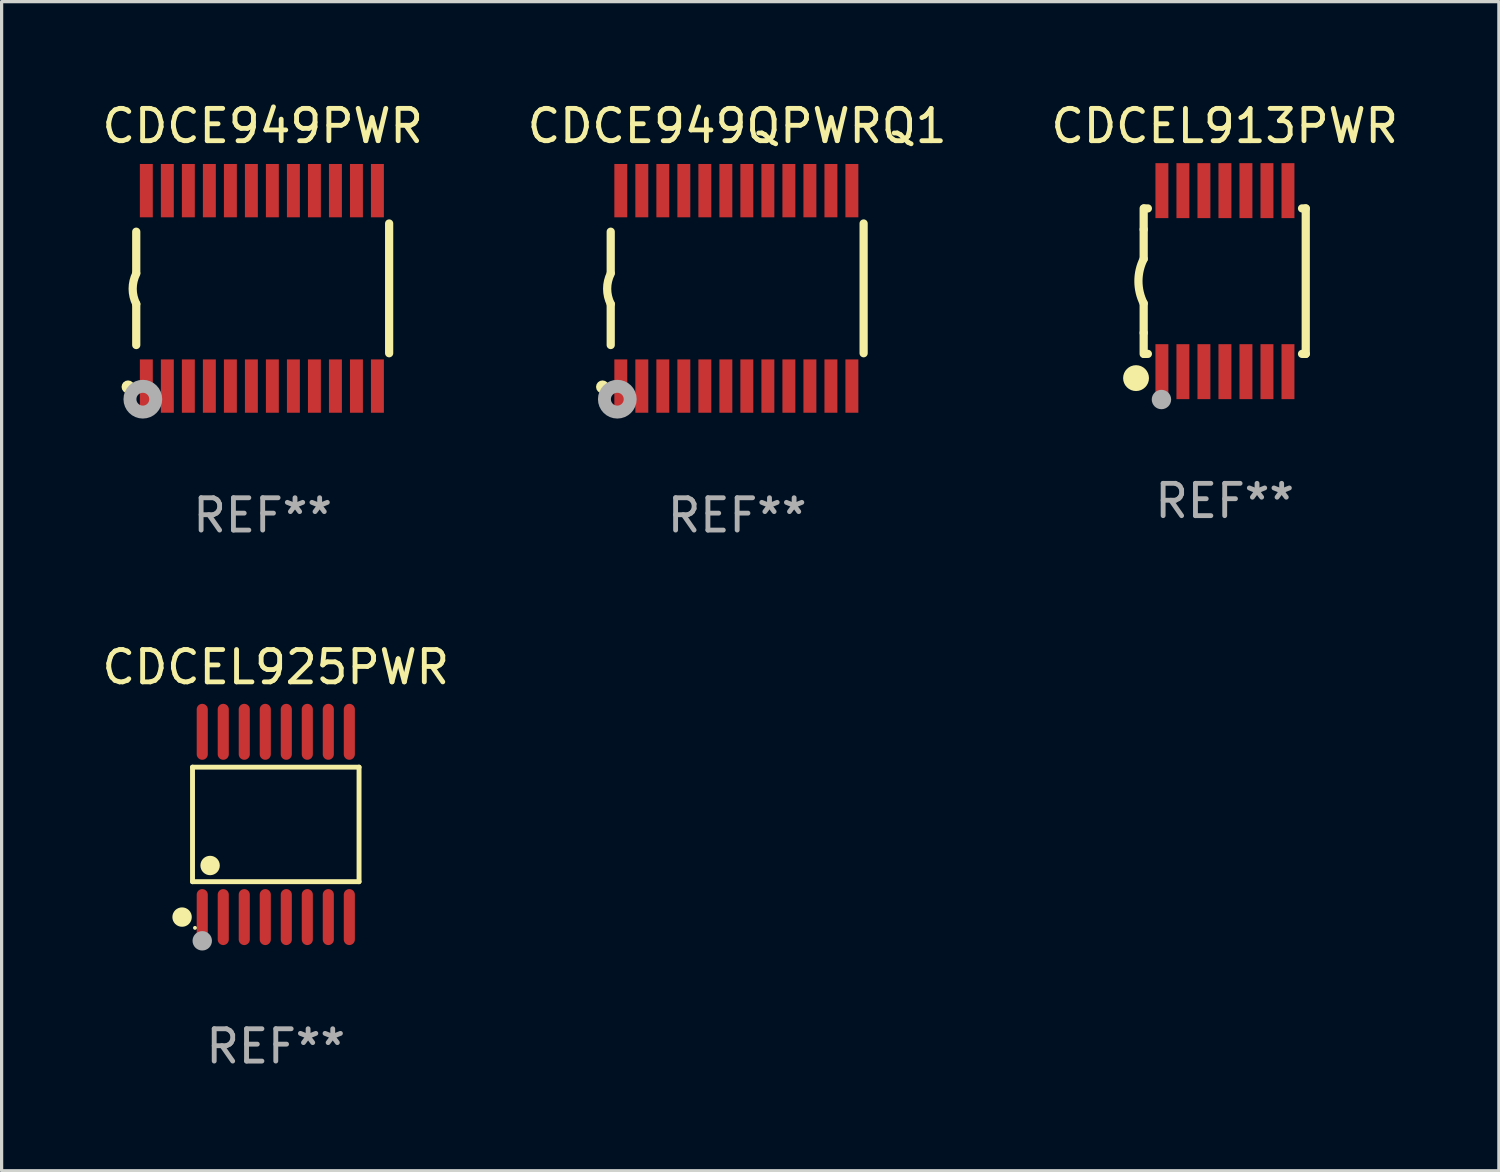
<source format=kicad_pcb>
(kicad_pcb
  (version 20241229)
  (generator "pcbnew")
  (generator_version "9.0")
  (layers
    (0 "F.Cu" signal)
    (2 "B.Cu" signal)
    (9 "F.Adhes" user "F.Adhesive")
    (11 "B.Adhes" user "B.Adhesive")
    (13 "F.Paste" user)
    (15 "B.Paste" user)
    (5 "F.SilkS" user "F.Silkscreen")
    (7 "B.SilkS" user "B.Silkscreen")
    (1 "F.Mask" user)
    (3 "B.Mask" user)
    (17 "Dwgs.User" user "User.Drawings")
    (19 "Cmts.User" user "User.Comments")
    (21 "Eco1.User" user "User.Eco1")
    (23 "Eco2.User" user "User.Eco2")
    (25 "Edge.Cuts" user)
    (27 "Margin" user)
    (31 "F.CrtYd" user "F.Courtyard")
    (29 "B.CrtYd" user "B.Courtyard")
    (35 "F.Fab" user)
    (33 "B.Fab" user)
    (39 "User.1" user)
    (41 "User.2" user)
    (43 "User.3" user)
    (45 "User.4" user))
  (footprint "CDCEL925PWR"
    (layer "F.Cu")
    (at 5.482 22.456)
    (property "Reference" "CDCEL925PWR" (at 0 -4.866 0) (layer "F.SilkS") (effects (font (size 1 1) (thickness 0.15))))
    (attr through_hole)
    (fp_line (start -2.576 -1.772) (end 2.576 -1.772) (stroke (width 0.152) (type solid)) (layer "F.SilkS"))
    (fp_line (start -2.576 1.771) (end -2.576 -1.772) (stroke (width 0.152) (type solid)) (layer "F.SilkS"))
    (fp_line (start 2.576 -1.772) (end 2.576 1.771) (stroke (width 0.152) (type solid)) (layer "F.SilkS"))
    (fp_line (start 2.576 1.771) (end -2.576 1.771) (stroke (width 0.152) (type solid)) (layer "F.SilkS"))
    (fp_circle (center -2.899 2.866) (end -2.749 2.866) (stroke (width 0.3) (type solid)) (fill no) (layer "F.SilkS"))
    (fp_circle (center -2.5 3.2) (end -2.47 3.2) (stroke (width 0.06) (type solid)) (fill no) (layer "F.SilkS"))
    (fp_circle (center -2.032 1.27) (end -1.882 1.27) (stroke (width 0.3) (type solid)) (fill no) (layer "F.SilkS"))
    (fp_circle (center -2.275 3.6) (end -2.125 3.6) (stroke (width 0.3) (type solid)) (fill no) (layer "F.Fab"))
    (fp_text user "REF**" (at 0 6.866 0) (layer "F.Fab") (effects (font (size 1 1) (thickness 0.15))))
    (pad "1" smd oval (at -2.275 2.866) (size 0.343 1.731) (layers "F.Cu" "F.Mask" "F.Paste"))
    (pad "2" smd oval (at -1.625 2.866) (size 0.343 1.731) (layers "F.Cu" "F.Mask" "F.Paste"))
    (pad "3" smd oval (at -0.975 2.866) (size 0.343 1.731) (layers "F.Cu" "F.Mask" "F.Paste"))
    (pad "4" smd oval (at -0.325 2.866) (size 0.343 1.731) (layers "F.Cu" "F.Mask" "F.Paste"))
    (pad "5" smd oval (at 0.325 2.866) (size 0.343 1.731) (layers "F.Cu" "F.Mask" "F.Paste"))
    (pad "6" smd oval (at 0.975 2.866) (size 0.343 1.731) (layers "F.Cu" "F.Mask" "F.Paste"))
    (pad "7" smd oval (at 1.625 2.866) (size 0.343 1.731) (layers "F.Cu" "F.Mask" "F.Paste"))
    (pad "8" smd oval (at 2.275 2.866) (size 0.343 1.731) (layers "F.Cu" "F.Mask" "F.Paste"))
    (pad "9" smd oval (at 2.275 -2.866) (size 0.343 1.731) (layers "F.Cu" "F.Mask" "F.Paste"))
    (pad "10" smd oval (at 1.625 -2.866) (size 0.343 1.731) (layers "F.Cu" "F.Mask" "F.Paste"))
    (pad "11" smd oval (at 0.975 -2.866) (size 0.343 1.731) (layers "F.Cu" "F.Mask" "F.Paste"))
    (pad "12" smd oval (at 0.325 -2.866) (size 0.343 1.731) (layers "F.Cu" "F.Mask" "F.Paste"))
    (pad "13" smd oval (at -0.325 -2.866) (size 0.343 1.731) (layers "F.Cu" "F.Mask" "F.Paste"))
    (pad "14" smd oval (at -0.975 -2.866) (size 0.343 1.731) (layers "F.Cu" "F.Mask" "F.Paste"))
    (pad "15" smd oval (at -1.625 -2.866) (size 0.343 1.731) (layers "F.Cu" "F.Mask" "F.Paste"))
    (pad "16" smd oval (at -2.275 -2.866) (size 0.343 1.731) (layers "F.Cu" "F.Mask" "F.Paste")))
  (footprint "CDCEL913PWR"
    (layer "F.Cu")
    (at 34.839 5.648)
    (property "Reference" "CDCEL913PWR" (at 0 -4.8 0) (layer "F.SilkS") (effects (font (size 1 1) (thickness 0.15))))
    (attr through_hole)
    (fp_line (start -2.507 -1.6) (end -2.507 -2.25) (stroke (width 0.254) (type solid)) (layer "F.SilkS"))
    (fp_line (start -2.507 -0.686) (end -2.507 -1.6) (stroke (width 0.254) (type solid)) (layer "F.SilkS"))
    (fp_line (start -2.507 1.6) (end -2.507 0.686) (stroke (width 0.254) (type solid)) (layer "F.SilkS"))
    (fp_line (start -2.507 1.6) (end -2.507 2.25) (stroke (width 0.254) (type solid)) (layer "F.SilkS"))
    (fp_line (start -2.493 -2.25) (end -2.377 -2.25) (stroke (width 0.254) (type solid)) (layer "F.SilkS"))
    (fp_line (start -2.377 2.25) (end -2.493 2.25) (stroke (width 0.254) (type solid)) (layer "F.SilkS"))
    (fp_line (start 2.392 -2.25) (end 2.507 -2.25) (stroke (width 0.254) (type solid)) (layer "F.SilkS"))
    (fp_line (start 2.507 -2.25) (end 2.507 2.25) (stroke (width 0.254) (type solid)) (layer "F.SilkS"))
    (fp_line (start 2.507 2.25) (end 2.392 2.25) (stroke (width 0.254) (type solid)) (layer "F.SilkS"))
    (fp_arc (start -2.507303 0.685802) (mid -2.669199 0) (end -2.507303 -0.685801) (stroke (width 0.254001) (type solid)) (layer "F.SilkS"))
    (fp_circle (center -2.743 3) (end -2.543 3) (stroke (width 0.4) (type solid)) (fill no) (layer "F.SilkS"))
    (fp_circle (center -2.493 3.2) (end -2.463 3.2) (stroke (width 0.06) (type solid)) (fill no) (layer "F.SilkS"))
    (fp_circle (center -1.957 3.662) (end -1.807 3.662) (stroke (width 0.3) (type solid)) (fill no) (layer "F.Fab"))
    (fp_text user "REF**" (at 0 6.8 0) (layer "F.Fab") (effects (font (size 1 1) (thickness 0.15))))
    (pad "1" smd rect (at -1.943 2.8) (size 0.4 1.7) (layers "F.Cu" "F.Mask" "F.Paste"))
    (pad "2" smd rect (at -1.293 2.8) (size 0.4 1.7) (layers "F.Cu" "F.Mask" "F.Paste"))
    (pad "3" smd rect (at -0.643 2.8) (size 0.4 1.7) (layers "F.Cu" "F.Mask" "F.Paste"))
    (pad "4" smd rect (at 0.007 2.8) (size 0.4 1.7) (layers "F.Cu" "F.Mask" "F.Paste"))
    (pad "5" smd rect (at 0.657 2.8) (size 0.4 1.7) (layers "F.Cu" "F.Mask" "F.Paste"))
    (pad "6" smd rect (at 1.307 2.8) (size 0.4 1.7) (layers "F.Cu" "F.Mask" "F.Paste"))
    (pad "7" smd rect (at 1.957 2.8) (size 0.4 1.7) (layers "F.Cu" "F.Mask" "F.Paste"))
    (pad "8" smd rect (at 1.957 -2.8) (size 0.4 1.7) (layers "F.Cu" "F.Mask" "F.Paste"))
    (pad "9" smd rect (at 1.307 -2.8) (size 0.4 1.7) (layers "F.Cu" "F.Mask" "F.Paste"))
    (pad "10" smd rect (at 0.657 -2.8) (size 0.4 1.7) (layers "F.Cu" "F.Mask" "F.Paste"))
    (pad "11" smd rect (at 0.007 -2.8) (size 0.4 1.7) (layers "F.Cu" "F.Mask" "F.Paste"))
    (pad "12" smd rect (at -0.643 -2.8) (size 0.4 1.7) (layers "F.Cu" "F.Mask" "F.Paste"))
    (pad "13" smd rect (at -1.293 -2.8) (size 0.4 1.7) (layers "F.Cu" "F.Mask" "F.Paste"))
    (pad "14" smd rect (at -1.943 -2.8) (size 0.4 1.7) (layers "F.Cu" "F.Mask" "F.Paste")))
  (footprint "CDCE949PWR"
    (layer "F.Cu")
    (at 5.077 5.871)
    (property "Reference" "CDCE949PWR" (at 0 -5.023 0) (layer "F.SilkS") (effects (font (size 1 1) (thickness 0.15))))
    (attr through_hole)
    (fp_line (start -3.912 -0.483) (end -3.912 -1.753) (stroke (width 0.254) (type solid)) (layer "F.SilkS"))
    (fp_line (start -3.912 1.753) (end -3.912 0.483) (stroke (width 0.254) (type solid)) (layer "F.SilkS"))
    (fp_line (start 3.912 -2.007) (end 3.912 2.007) (stroke (width 0.254) (type solid)) (layer "F.SilkS"))
    (fp_arc (start -3.911608 0.482601) (mid -4.022537 0.0127) (end -3.911608 -0.457201) (stroke (width 0.254001) (type solid)) (layer "F.SilkS"))
    (fp_circle (center -4.166 3.048) (end -4.066 3.048) (stroke (width 0.2) (type solid)) (fill no) (layer "F.SilkS"))
    (fp_circle (center -3.925 3.186) (end -3.895 3.186) (stroke (width 0.06) (type solid)) (fill no) (layer "F.SilkS"))
    (fp_circle (center -3.708 3.429) (end -3.509 3.429) (stroke (width 0.4) (type solid)) (fill no) (layer "F.Fab"))
    (fp_text user "REF**" (at 0 7.023 0) (layer "F.Fab") (effects (font (size 1 1) (thickness 0.15))))
    (pad "1" smd rect (at -3.6 3.023) (size 0.4 1.65) (layers "F.Cu" "F.Mask" "F.Paste"))
    (pad "2" smd rect (at -2.95 3.023) (size 0.4 1.65) (layers "F.Cu" "F.Mask" "F.Paste"))
    (pad "3" smd rect (at -2.3 3.023) (size 0.4 1.65) (layers "F.Cu" "F.Mask" "F.Paste"))
    (pad "4" smd rect (at -1.65 3.023) (size 0.4 1.65) (layers "F.Cu" "F.Mask" "F.Paste"))
    (pad "5" smd rect (at -1 3.023) (size 0.4 1.65) (layers "F.Cu" "F.Mask" "F.Paste"))
    (pad "6" smd rect (at -0.35 3.023) (size 0.4 1.65) (layers "F.Cu" "F.Mask" "F.Paste"))
    (pad "7" smd rect (at 0.299 3.023) (size 0.4 1.65) (layers "F.Cu" "F.Mask" "F.Paste"))
    (pad "8" smd rect (at 0.95 3.023) (size 0.4 1.65) (layers "F.Cu" "F.Mask" "F.Paste"))
    (pad "9" smd rect (at 1.6 3.023) (size 0.4 1.65) (layers "F.Cu" "F.Mask" "F.Paste"))
    (pad "10" smd rect (at 2.25 3.023) (size 0.4 1.65) (layers "F.Cu" "F.Mask" "F.Paste"))
    (pad "11" smd rect (at 2.9 3.023) (size 0.4 1.65) (layers "F.Cu" "F.Mask" "F.Paste"))
    (pad "12" smd rect (at 3.549 3.023) (size 0.4 1.65) (layers "F.Cu" "F.Mask" "F.Paste"))
    (pad "13" smd rect (at 3.549 -3.023) (size 0.4 1.65) (layers "F.Cu" "F.Mask" "F.Paste"))
    (pad "14" smd rect (at 2.9 -3.023) (size 0.4 1.65) (layers "F.Cu" "F.Mask" "F.Paste"))
    (pad "15" smd rect (at 2.25 -3.023) (size 0.4 1.65) (layers "F.Cu" "F.Mask" "F.Paste"))
    (pad "16" smd rect (at 1.6 -3.023) (size 0.4 1.65) (layers "F.Cu" "F.Mask" "F.Paste"))
    (pad "17" smd rect (at 0.95 -3.023) (size 0.4 1.65) (layers "F.Cu" "F.Mask" "F.Paste"))
    (pad "18" smd rect (at 0.299 -3.023) (size 0.4 1.65) (layers "F.Cu" "F.Mask" "F.Paste"))
    (pad "19" smd rect (at -0.35 -3.023) (size 0.4 1.65) (layers "F.Cu" "F.Mask" "F.Paste"))
    (pad "20" smd rect (at -1 -3.023) (size 0.4 1.65) (layers "F.Cu" "F.Mask" "F.Paste"))
    (pad "21" smd rect (at -1.65 -3.023) (size 0.4 1.65) (layers "F.Cu" "F.Mask" "F.Paste"))
    (pad "22" smd rect (at -2.3 -3.023) (size 0.4 1.65) (layers "F.Cu" "F.Mask" "F.Paste"))
    (pad "23" smd rect (at -2.95 -3.023) (size 0.4 1.65) (layers "F.Cu" "F.Mask" "F.Paste"))
    (pad "24" smd rect (at -3.6 -3.023) (size 0.4 1.65) (layers "F.Cu" "F.Mask" "F.Paste")))
  (footprint "CDCE949QPWRQ1"
    (layer "F.Cu")
    (at 19.756 5.871)
    (property "Reference" "CDCE949QPWRQ1" (at 0 -5.023 0) (layer "F.SilkS") (effects (font (size 1 1) (thickness 0.15))))
    (attr through_hole)
    (fp_line (start -3.912 -0.483) (end -3.912 -1.753) (stroke (width 0.254) (type solid)) (layer "F.SilkS"))
    (fp_line (start -3.912 1.753) (end -3.912 0.483) (stroke (width 0.254) (type solid)) (layer "F.SilkS"))
    (fp_line (start 3.912 -2.007) (end 3.912 2.007) (stroke (width 0.254) (type solid)) (layer "F.SilkS"))
    (fp_arc (start -3.911608 0.482601) (mid -4.022537 0.0127) (end -3.911608 -0.457201) (stroke (width 0.254001) (type solid)) (layer "F.SilkS"))
    (fp_circle (center -4.166 3.048) (end -4.066 3.048) (stroke (width 0.2) (type solid)) (fill no) (layer "F.SilkS"))
    (fp_circle (center -3.925 3.186) (end -3.895 3.186) (stroke (width 0.06) (type solid)) (fill no) (layer "F.SilkS"))
    (fp_circle (center -3.708 3.429) (end -3.509 3.429) (stroke (width 0.4) (type solid)) (fill no) (layer "F.Fab"))
    (fp_text user "REF**" (at 0 7.023 0) (layer "F.Fab") (effects (font (size 1 1) (thickness 0.15))))
    (pad "1" smd rect (at -3.6 3.023) (size 0.4 1.65) (layers "F.Cu" "F.Mask" "F.Paste"))
    (pad "2" smd rect (at -2.95 3.023) (size 0.4 1.65) (layers "F.Cu" "F.Mask" "F.Paste"))
    (pad "3" smd rect (at -2.3 3.023) (size 0.4 1.65) (layers "F.Cu" "F.Mask" "F.Paste"))
    (pad "4" smd rect (at -1.65 3.023) (size 0.4 1.65) (layers "F.Cu" "F.Mask" "F.Paste"))
    (pad "5" smd rect (at -1 3.023) (size 0.4 1.65) (layers "F.Cu" "F.Mask" "F.Paste"))
    (pad "6" smd rect (at -0.35 3.023) (size 0.4 1.65) (layers "F.Cu" "F.Mask" "F.Paste"))
    (pad "7" smd rect (at 0.299 3.023) (size 0.4 1.65) (layers "F.Cu" "F.Mask" "F.Paste"))
    (pad "8" smd rect (at 0.95 3.023) (size 0.4 1.65) (layers "F.Cu" "F.Mask" "F.Paste"))
    (pad "9" smd rect (at 1.6 3.023) (size 0.4 1.65) (layers "F.Cu" "F.Mask" "F.Paste"))
    (pad "10" smd rect (at 2.25 3.023) (size 0.4 1.65) (layers "F.Cu" "F.Mask" "F.Paste"))
    (pad "11" smd rect (at 2.9 3.023) (size 0.4 1.65) (layers "F.Cu" "F.Mask" "F.Paste"))
    (pad "12" smd rect (at 3.549 3.023) (size 0.4 1.65) (layers "F.Cu" "F.Mask" "F.Paste"))
    (pad "13" smd rect (at 3.549 -3.023) (size 0.4 1.65) (layers "F.Cu" "F.Mask" "F.Paste"))
    (pad "14" smd rect (at 2.9 -3.023) (size 0.4 1.65) (layers "F.Cu" "F.Mask" "F.Paste"))
    (pad "15" smd rect (at 2.25 -3.023) (size 0.4 1.65) (layers "F.Cu" "F.Mask" "F.Paste"))
    (pad "16" smd rect (at 1.6 -3.023) (size 0.4 1.65) (layers "F.Cu" "F.Mask" "F.Paste"))
    (pad "17" smd rect (at 0.95 -3.023) (size 0.4 1.65) (layers "F.Cu" "F.Mask" "F.Paste"))
    (pad "18" smd rect (at 0.299 -3.023) (size 0.4 1.65) (layers "F.Cu" "F.Mask" "F.Paste"))
    (pad "19" smd rect (at -0.35 -3.023) (size 0.4 1.65) (layers "F.Cu" "F.Mask" "F.Paste"))
    (pad "20" smd rect (at -1 -3.023) (size 0.4 1.65) (layers "F.Cu" "F.Mask" "F.Paste"))
    (pad "21" smd rect (at -1.65 -3.023) (size 0.4 1.65) (layers "F.Cu" "F.Mask" "F.Paste"))
    (pad "22" smd rect (at -2.3 -3.023) (size 0.4 1.65) (layers "F.Cu" "F.Mask" "F.Paste"))
    (pad "23" smd rect (at -2.95 -3.023) (size 0.4 1.65) (layers "F.Cu" "F.Mask" "F.Paste"))
    (pad "24" smd rect (at -3.6 -3.023) (size 0.4 1.65) (layers "F.Cu" "F.Mask" "F.Paste")))
  (gr_rect
    (start -3 -3)
    (end 43.321 33.17)
    (stroke (width 0.1) (type default))
    (fill no)
    (layer "Edge.Cuts")))
</source>
